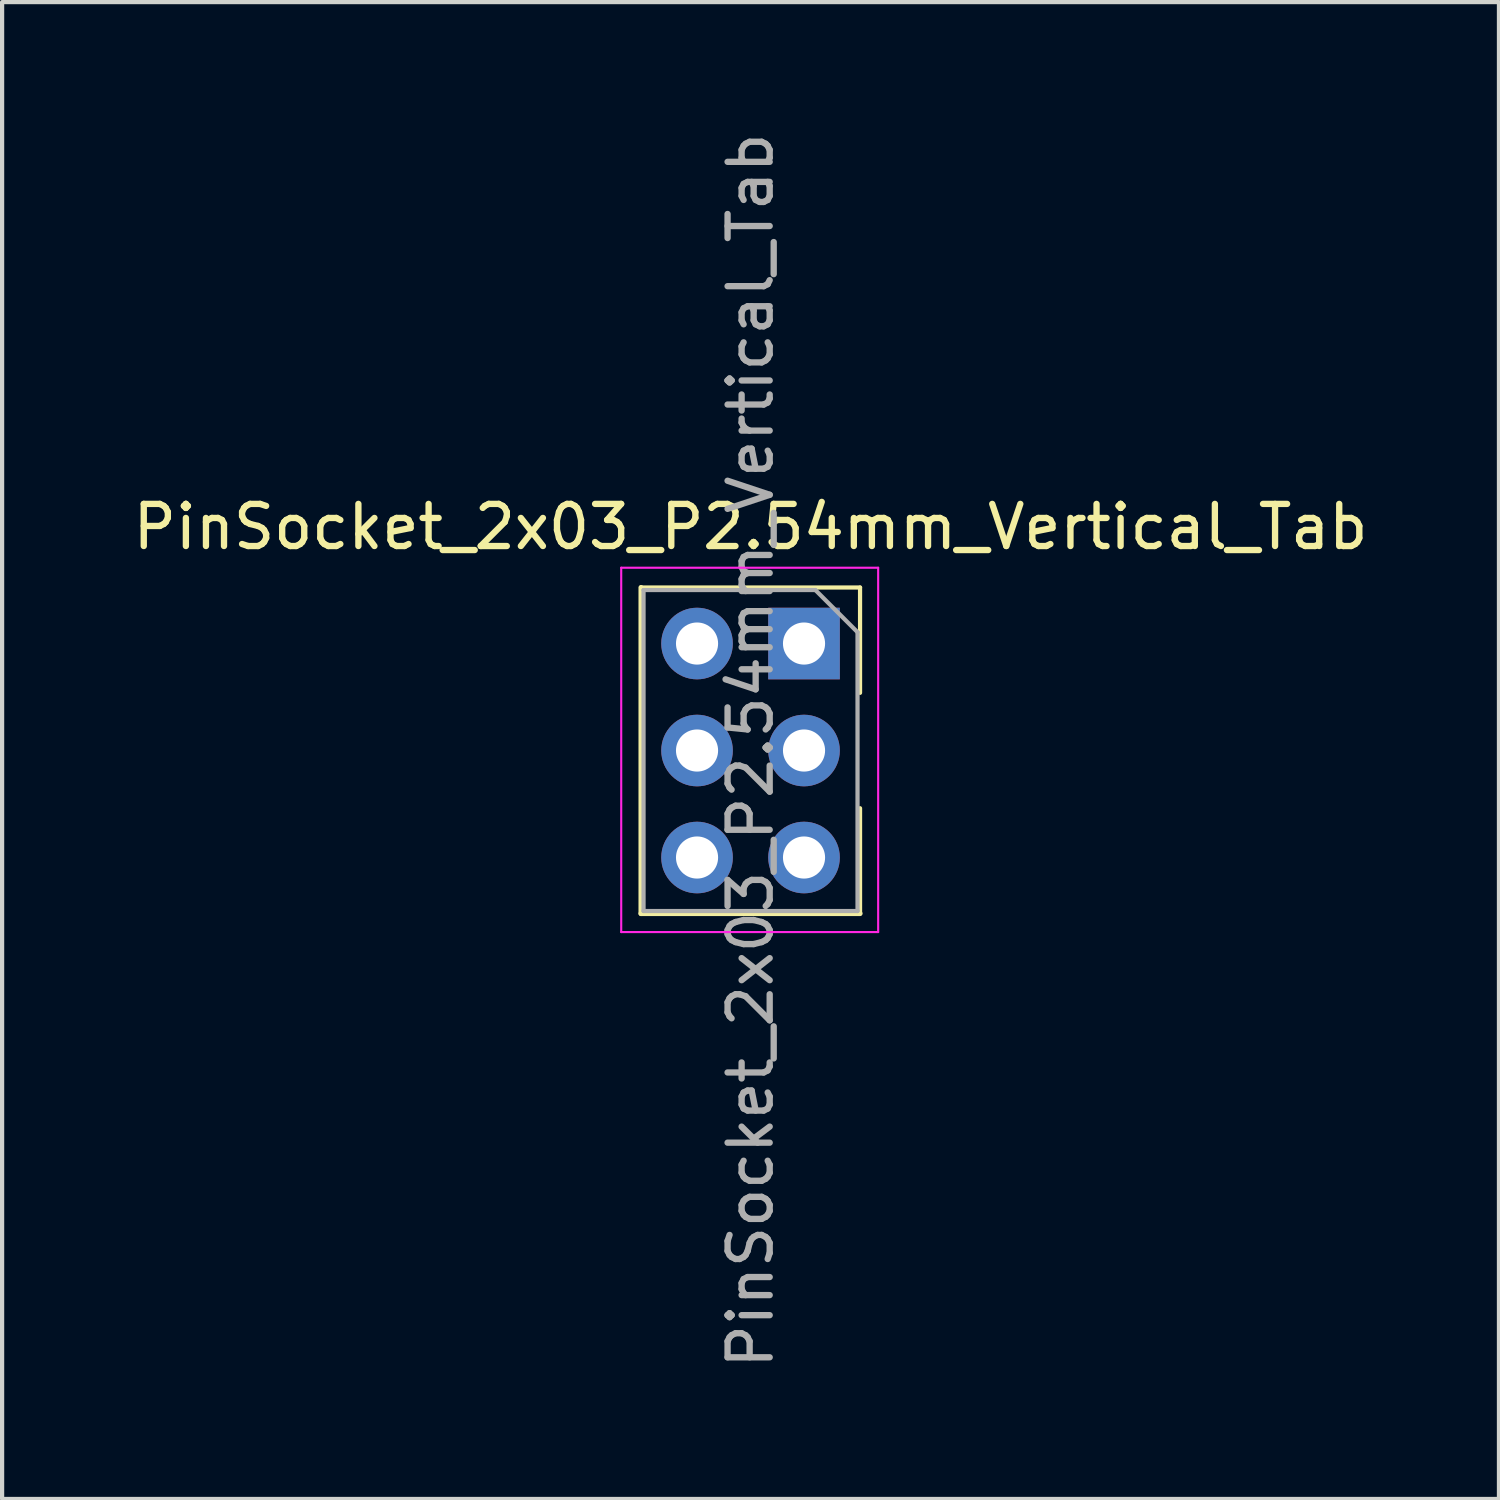
<source format=kicad_pcb>
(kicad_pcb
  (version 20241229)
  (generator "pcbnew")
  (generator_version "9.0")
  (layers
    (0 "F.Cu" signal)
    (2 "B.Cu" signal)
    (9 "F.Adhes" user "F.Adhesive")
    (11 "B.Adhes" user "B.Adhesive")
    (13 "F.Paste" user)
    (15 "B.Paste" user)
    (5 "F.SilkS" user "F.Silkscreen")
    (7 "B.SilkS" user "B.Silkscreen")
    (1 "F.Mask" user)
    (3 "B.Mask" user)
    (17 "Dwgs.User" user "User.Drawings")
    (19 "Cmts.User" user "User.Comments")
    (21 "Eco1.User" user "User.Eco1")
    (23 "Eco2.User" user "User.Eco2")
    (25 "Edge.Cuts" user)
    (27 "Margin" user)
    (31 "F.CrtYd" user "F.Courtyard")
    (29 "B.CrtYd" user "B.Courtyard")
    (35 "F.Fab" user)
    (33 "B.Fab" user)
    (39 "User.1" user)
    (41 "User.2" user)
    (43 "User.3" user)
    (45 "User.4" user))
  (footprint "PinSocket_2x03_P2.54mm_Vertical_Tab"
    (layer "F.Cu")
    (at 16.038 12.228)
    (property "Reference" "PinSocket_2x03_P2.54mm_Vertical_Tab" (at -1.27 -2.77 0) (layer "F.SilkS") (effects (font (size 1 1) (thickness 0.15))))
    (attr through_hole)
    (fp_line (start -3.87 -1.33) (end -3.87 6.41) (stroke (width 0.12) (type solid)) (layer "F.SilkS"))
    (fp_line (start -3.87 -1.33) (end 1.33 -1.33) (stroke (width 0.1) (type default)) (layer "F.SilkS"))
    (fp_line (start -3.87 6.41) (end 1.33 6.41) (stroke (width 0.12) (type solid)) (layer "F.SilkS"))
    (fp_line (start 1.33 -1.33) (end 1.33 1.17) (stroke (width 0.1) (type default)) (layer "F.SilkS"))
    (fp_line (start 1.33 6.41) (end 1.33 3.91) (stroke (width 0.1) (type default)) (layer "F.SilkS"))
    (fp_line (start -4.34 -1.8) (end 1.76 -1.8) (stroke (width 0.05) (type solid)) (layer "F.CrtYd"))
    (fp_line (start -4.34 6.85) (end -4.34 -1.8) (stroke (width 0.05) (type solid)) (layer "F.CrtYd"))
    (fp_line (start 1.76 -1.8) (end 1.76 6.85) (stroke (width 0.05) (type solid)) (layer "F.CrtYd"))
    (fp_line (start 1.76 6.85) (end -4.34 6.85) (stroke (width 0.05) (type solid)) (layer "F.CrtYd"))
    (fp_line (start -3.81 -1.27) (end 0.27 -1.27) (stroke (width 0.1) (type solid)) (layer "F.Fab"))
    (fp_line (start -3.81 6.35) (end -3.81 -1.27) (stroke (width 0.1) (type solid)) (layer "F.Fab"))
    (fp_line (start 0.27 -1.27) (end 1.27 -0.27) (stroke (width 0.1) (type solid)) (layer "F.Fab"))
    (fp_line (start 1.27 -0.27) (end 1.27 6.35) (stroke (width 0.1) (type solid)) (layer "F.Fab"))
    (fp_line (start 1.27 6.35) (end -3.81 6.35) (stroke (width 0.1) (type solid)) (layer "F.Fab"))
    (fp_text user "${REFERENCE}" (at -1.27 2.54 90) (layer "F.Fab") (effects (font (size 1 1) (thickness 0.15))))
    (pad "1" thru_hole rect (at 0 0) (size 1.7 1.7) (drill 1) (layers "*.Cu" "*.Mask"))
    (pad "2" thru_hole oval (at -2.54 0) (size 1.7 1.7) (drill 1) (layers "*.Cu" "*.Mask"))
    (pad "3" thru_hole oval (at 0 2.54) (size 1.7 1.7) (drill 1) (layers "*.Cu" "*.Mask"))
    (pad "4" thru_hole oval (at -2.54 2.54) (size 1.7 1.7) (drill 1) (layers "*.Cu" "*.Mask"))
    (pad "5" thru_hole oval (at 0 5.08) (size 1.7 1.7) (drill 1) (layers "*.Cu" "*.Mask"))
    (pad "6" thru_hole oval (at -2.54 5.08) (size 1.7 1.7) (drill 1) (layers "*.Cu" "*.Mask")))
  (gr_rect
    (start -3 -3)
    (end 32.536 32.536)
    (stroke (width 0.1) (type default))
    (fill no)
    (layer "Edge.Cuts")))
</source>
